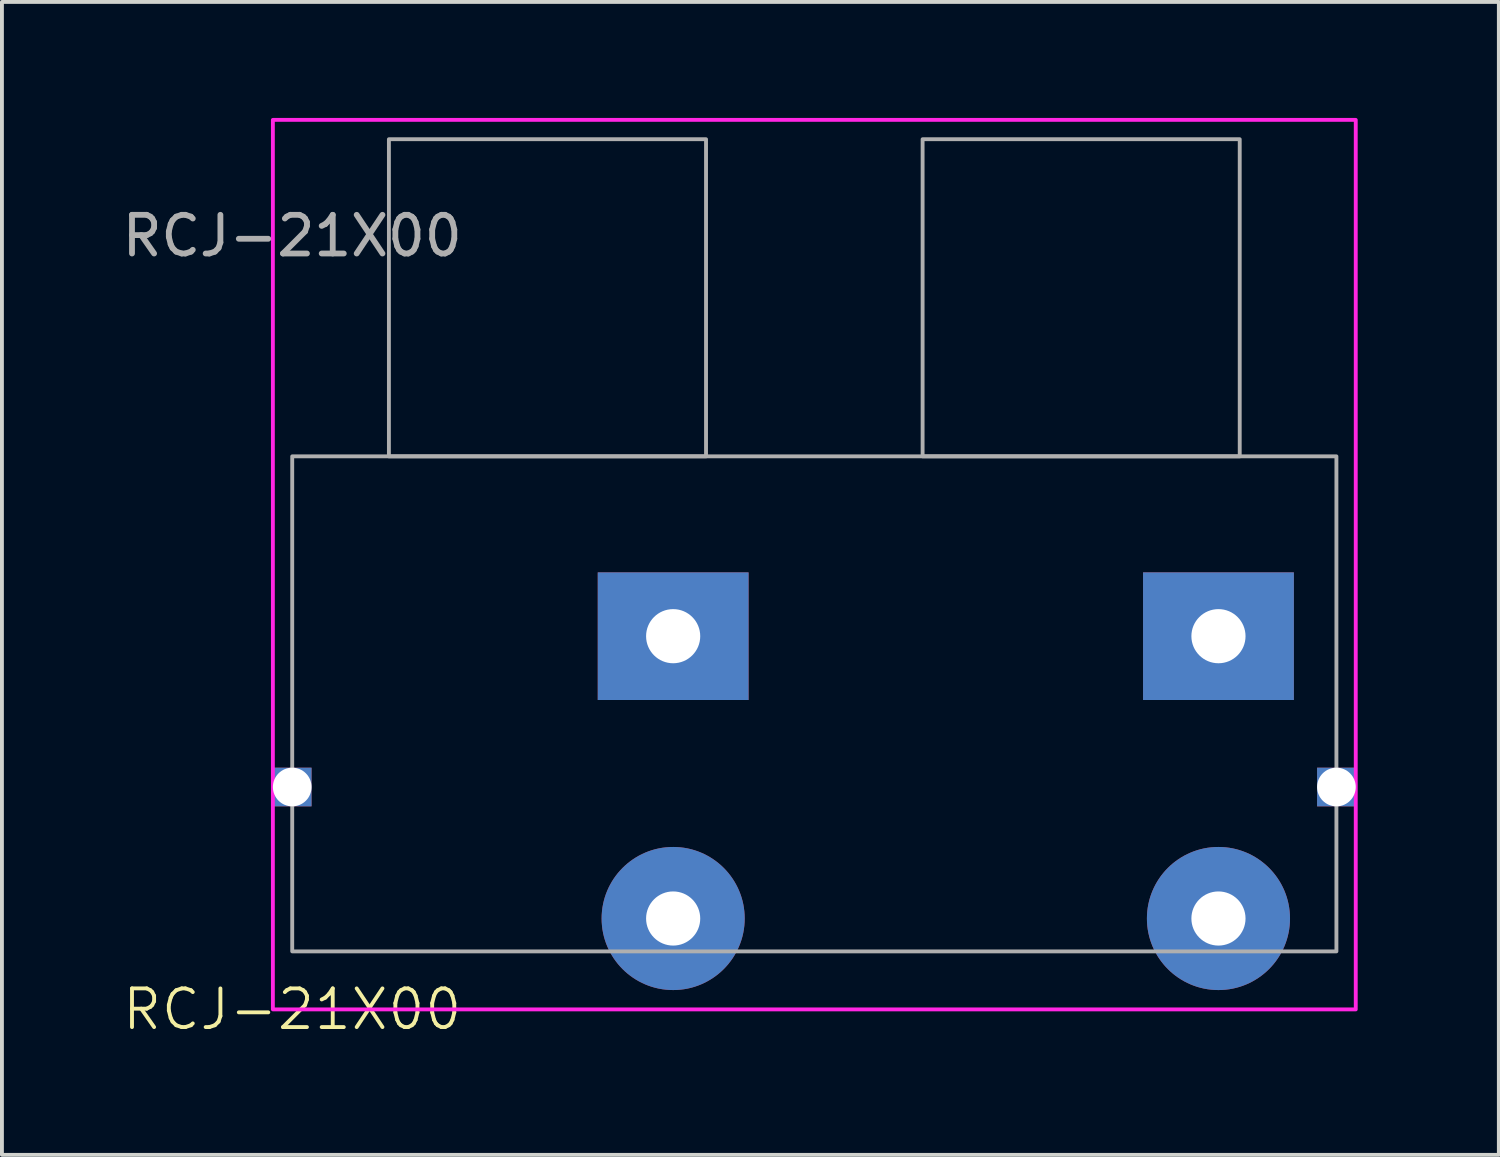
<source format=kicad_pcb>
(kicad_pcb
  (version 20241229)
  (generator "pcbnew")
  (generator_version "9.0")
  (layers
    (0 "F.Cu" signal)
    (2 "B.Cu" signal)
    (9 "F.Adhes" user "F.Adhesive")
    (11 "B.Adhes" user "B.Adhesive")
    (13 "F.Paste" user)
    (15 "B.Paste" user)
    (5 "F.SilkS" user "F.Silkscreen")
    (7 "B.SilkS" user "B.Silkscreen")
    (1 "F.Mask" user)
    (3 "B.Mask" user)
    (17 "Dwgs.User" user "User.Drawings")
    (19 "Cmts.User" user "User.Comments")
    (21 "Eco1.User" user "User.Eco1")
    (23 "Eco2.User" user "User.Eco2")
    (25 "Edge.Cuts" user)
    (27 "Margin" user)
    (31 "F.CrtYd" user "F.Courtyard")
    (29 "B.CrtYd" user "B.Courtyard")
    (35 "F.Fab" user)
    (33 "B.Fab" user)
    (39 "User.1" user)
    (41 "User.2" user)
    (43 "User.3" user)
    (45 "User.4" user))
  (footprint "RCJ-21X00"
    (layer "F.Cu")
    (at 4.506 0.55)
    (property "Reference" "RCJ-21X00" (at 0 22.5 0) (unlocked yes) (layer "F.SilkS") (effects (font (size 1 1) (thickness 0.1))))
    (attr through_hole)
    (fp_rect (start 27.5 -0.5) (end -0.5 22.5) (stroke (width 0.1) (type solid)) (fill no) (layer "F.CrtYd"))
    (fp_rect (start 10.7 0) (end 2.5 8.2) (stroke (width 0.1) (type solid)) (fill no) (layer "F.Fab"))
    (fp_rect (start 24.5 0) (end 16.3 8.2) (stroke (width 0.1) (type solid)) (fill no) (layer "F.Fab"))
    (fp_rect (start 27 8.2) (end 0 21) (stroke (width 0.1) (type solid)) (fill no) (layer "F.Fab"))
    (fp_text user "${REFERENCE}" (at 0 2.5 0) (unlocked yes) (layer "F.Fab") (effects (font (size 1 1) (thickness 0.15))))
    (pad "" np_thru_hole rect (at 0 16.75) (size 1 1) (drill oval 2.4 3.3) (layers "*.Cu" "*.Mask"))
    (pad "" np_thru_hole rect (at 27 16.75) (size 1 1) (drill oval 2.4 3.3) (layers "*.Cu" "*.Mask"))
    (pad "1" thru_hole rect (at 23.95 12.85) (size 3.9 3.3) (drill 1.4) (layers "*.Cu" "*.Mask"))
    (pad "2" thru_hole circle (at 23.95 20.15) (size 3.7 3.7) (drill 1.4) (layers "*.Cu" "*.Mask"))
    (pad "3" thru_hole rect (at 9.85 12.85) (size 3.9 3.3) (drill 1.4) (layers "*.Cu" "*.Mask"))
    (pad "4" thru_hole circle (at 9.85 20.15) (size 3.7 3.7) (drill 1.4) (layers "*.Cu" "*.Mask")))
  (gr_rect
    (start -3 -3)
    (end 35.706 26.811)
    (stroke (width 0.1) (type default))
    (fill no)
    (layer "Edge.Cuts")))
</source>
